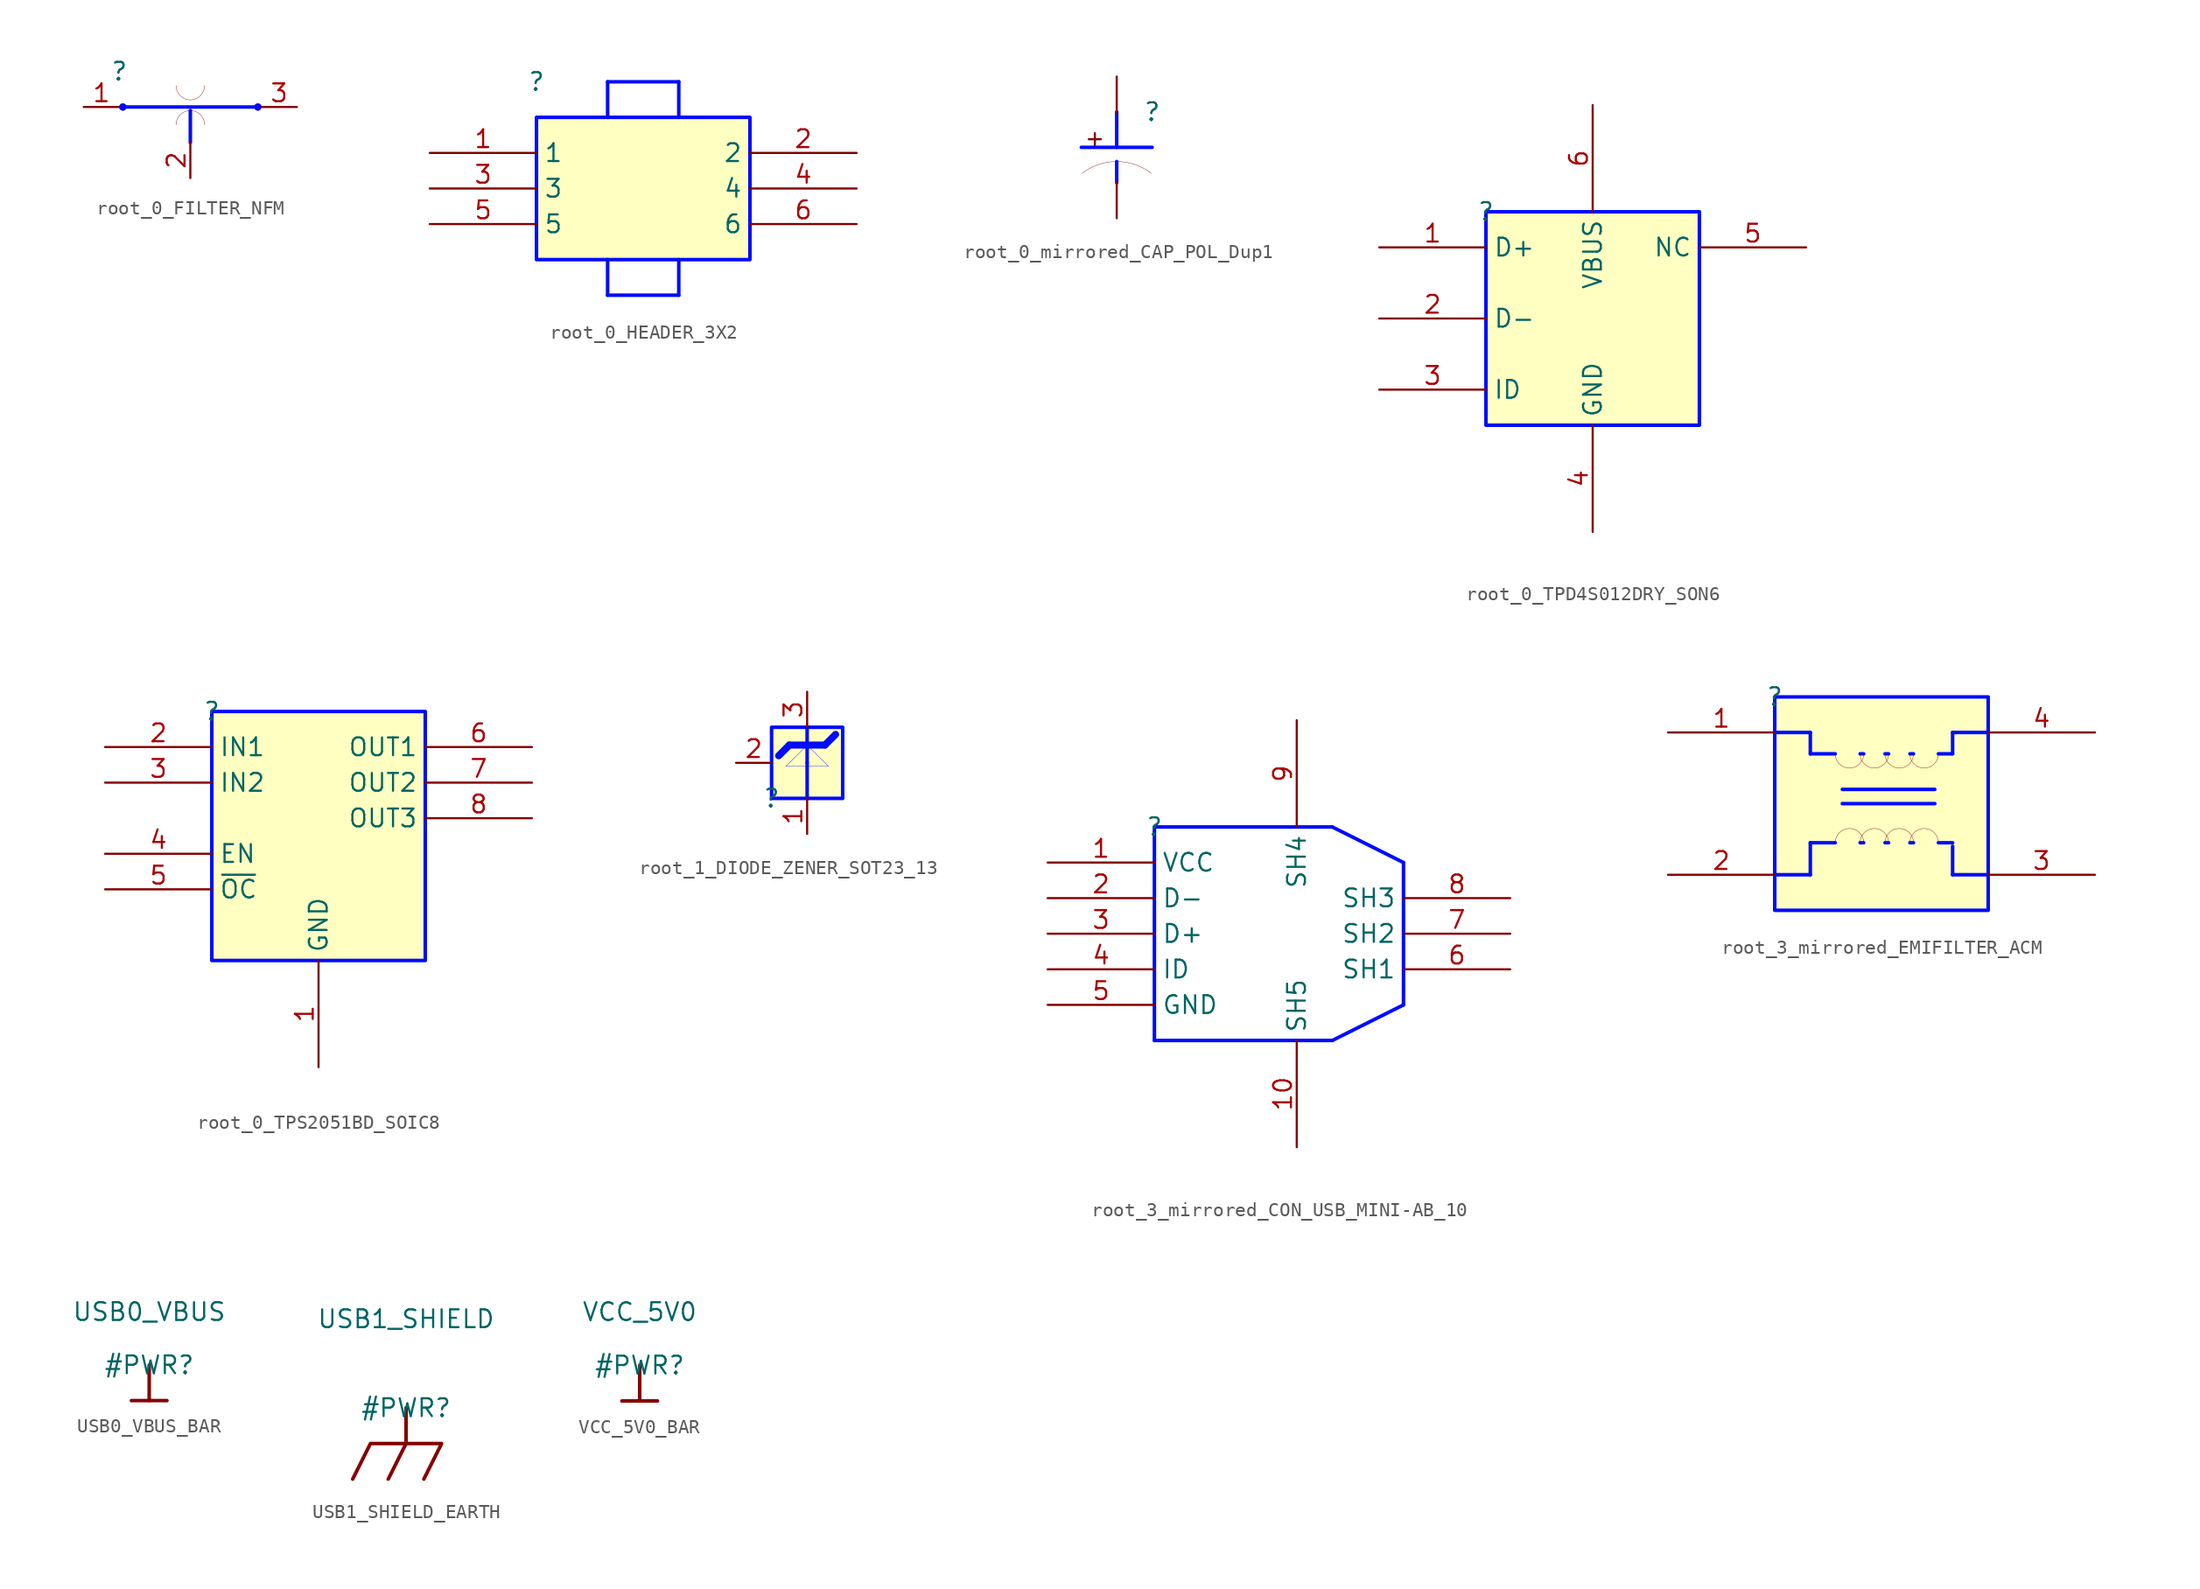
<source format=kicad_sym>
(kicad_symbol_lib
  (version 20231120)
  (generator "kicad_symbol_editor")
  (generator_version "8.0")
  (symbol "root_0_FILTER_NFM"
    (property "Reference" ""
      (at 0 0 0)
      (effects (font (size 1.27 1.27))))
    (property "Value" ""
      (at 0 0 0)
      (effects (font (size 1.27 1.27))))
    (symbol "root_0_FILTER_NFM_1_0"
      (polyline (pts (xy 0.254 -2.54) (xy 9.906 -2.54)) (stroke (width 0.254) (type solid) (color 0 11 255 1)) (fill (type none)))
      (polyline (pts (xy 5.08 -5.08) (xy 5.08 -2.794)) (stroke (width 0.254) (type solid) (color 0 11 255 1)) (fill (type none)))
      (circle (center 0.254 -2.54) (radius 0.254) (stroke (width 0.025) (type solid) (color 0 11 255 1)) (fill (type color) (color 0 0 255 1)))
      (arc (start 4.064 -1.016) (mid 5.08 -2.032) (end 6.096 -1.016) (stroke (width 0.0254) (type solid)) (fill (type none)))
      (arc (start 6.096 -3.81) (mid 5.08 -2.794) (end 4.064 -3.81) (stroke (width 0.0254) (type solid)) (fill (type none)))
      (circle (center 9.906 -2.54) (radius 0.254) (stroke (width 0.025) (type solid) (color 0 11 255 1)) (fill (type color) (color 0 0 255 1)))
      (pin input line (at -2.54 -2.54 0) (length 2.54) (name "INPUT" (effects (font (size 0 0)))) (number "1" (effects (font (size 1.27 1.27)))))
      (pin power_in line (at 5.08 -7.62 90) (length 2.54) (name "GND" (effects (font (size 0 0)))) (number "2" (effects (font (size 1.27 1.27)))))
      (pin passive line (at 12.7 -2.54 180) (length 2.54) (name "OUTPUT" (effects (font (size 0 0)))) (number "3" (effects (font (size 1.27 1.27)))))))
  (symbol "root_0_HEADER_3X2"
    (property "Reference" ""
      (at 0 0 0)
      (effects (font (size 1.27 1.27))))
    (property "Value" ""
      (at 0 0 0)
      (effects (font (size 1.27 1.27))))
    (symbol "root_0_HEADER_3X2_1_0"
      (polyline (pts (xy 5.08 -15.24) (xy 10.16 -15.24)) (stroke (width 0.254) (type solid) (color 0 11 255 1)) (fill (type none)))
      (polyline (pts (xy 5.08 -12.7) (xy 5.08 -15.24)) (stroke (width 0.254) (type solid) (color 0 11 255 1)) (fill (type none)))
      (polyline (pts (xy 5.08 -2.54) (xy 5.08 0)) (stroke (width 0.254) (type solid) (color 0 11 255 1)) (fill (type none)))
      (polyline (pts (xy 5.08 0) (xy 10.16 0)) (stroke (width 0.254) (type solid) (color 0 11 255 1)) (fill (type none)))
      (polyline (pts (xy 10.16 -15.24) (xy 10.16 -12.7)) (stroke (width 0.254) (type solid) (color 0 11 255 1)) (fill (type none)))
      (polyline (pts (xy 10.16 0) (xy 10.16 -2.54)) (stroke (width 0.254) (type solid) (color 0 11 255 1)) (fill (type none)))
      (rectangle (start 15.24 -2.54) (end 0 -12.7) (stroke (width 0.254) (type solid) (color 0 11 255 1)) (fill (type background)))
      (pin passive line (at -7.62 -5.08 0) (length 7.62) (name "1" (effects (font (size 1.27 1.27)))) (number "1" (effects (font (size 1.27 1.27)))))
      (pin passive line (at 22.86 -5.08 180) (length 7.62) (name "2" (effects (font (size 1.27 1.27)))) (number "2" (effects (font (size 1.27 1.27)))))
      (pin passive line (at -7.62 -7.62 0) (length 7.62) (name "3" (effects (font (size 1.27 1.27)))) (number "3" (effects (font (size 1.27 1.27)))))
      (pin passive line (at 22.86 -7.62 180) (length 7.62) (name "4" (effects (font (size 1.27 1.27)))) (number "4" (effects (font (size 1.27 1.27)))))
      (pin passive line (at -7.62 -10.16 0) (length 7.62) (name "5" (effects (font (size 1.27 1.27)))) (number "5" (effects (font (size 1.27 1.27)))))
      (pin passive line (at 22.86 -10.16 180) (length 7.62) (name "6" (effects (font (size 1.27 1.27)))) (number "6" (effects (font (size 1.27 1.27)))))))
  (symbol "root_0_mirrored_CAP_POL_Dup1"
    (property "Reference" ""
      (at 0 0 0)
      (effects (font (size 1.27 1.27))))
    (property "Value" ""
      (at 0 0 0)
      (effects (font (size 1.27 1.27))))
    (symbol "root_0_mirrored_CAP_POL_Dup1_1_0"
      (arc (start -2.54 -3.556) (mid -3.8487 -3.7725) (end -5.0179 -4.3988) (stroke (width 0.0254) (type solid)) (fill (type none)))
      (arc (start -0.0621 -4.3988) (mid -1.2313 -3.7725) (end -2.54 -3.556) (stroke (width 0.0254) (type solid)) (fill (type none)))
      (polyline (pts (xy -2.54 -3.556) (xy -2.54 -5.08)) (stroke (width 0.254) (type solid) (color 0 11 255 1)) (fill (type none)))
      (polyline (pts (xy -2.54 0) (xy -2.54 -2.54)) (stroke (width 0.254) (type solid) (color 0 11 255 1)) (fill (type none)))
      (polyline (pts (xy 0 -2.54) (xy -5.08 -2.54)) (stroke (width 0.254) (type solid) (color 0 11 255 1)) (fill (type none)))
      (text "+" (at -3.302 -2.54 0) (effects (font (size 1.143 1.143)) (justify right bottom)))
      (pin passive line (at -2.54 2.54 270) (length 2.54) (name "1" (effects (font (size 0 0)))) (number "1" (effects (font (size 0 0)))))
      (pin passive line (at -2.54 -7.62 90) (length 2.54) (name "2" (effects (font (size 0 0)))) (number "2" (effects (font (size 0 0)))))))
  (symbol "root_0_TPD4S012DRY_SON6"
    (property "Reference" ""
      (at 0 0 0)
      (effects (font (size 1.27 1.27))))
    (property "Value" ""
      (at 0 0 0)
      (effects (font (size 1.27 1.27))))
    (symbol "root_0_TPD4S012DRY_SON6_1_0"
      (rectangle (start 15.24 0) (end 0 -15.24) (stroke (width 0.254) (type solid) (color 0 11 255 1)) (fill (type background)))
      (pin passive line (at -7.62 -2.54 0) (length 7.62) (name "D+" (effects (font (size 1.27 1.27)))) (number "1" (effects (font (size 1.27 1.27)))))
      (pin passive line (at -7.62 -7.62 0) (length 7.62) (name "D-" (effects (font (size 1.27 1.27)))) (number "2" (effects (font (size 1.27 1.27)))))
      (pin passive line (at -7.62 -12.7 0) (length 7.62) (name "ID" (effects (font (size 1.27 1.27)))) (number "3" (effects (font (size 1.27 1.27)))))
      (pin power_in line (at 7.62 -22.86 90) (length 7.62) (name "GND" (effects (font (size 1.27 1.27)))) (number "4" (effects (font (size 1.27 1.27)))))
      (pin passive line (at 22.86 -2.54 180) (length 7.62) (name "NC" (effects (font (size 1.27 1.27)))) (number "5" (effects (font (size 1.27 1.27)))))
      (pin power_in line (at 7.62 7.62 270) (length 7.62) (name "VBUS" (effects (font (size 1.27 1.27)))) (number "6" (effects (font (size 1.27 1.27)))))))
  (symbol "root_0_TPS2051BD_SOIC8"
    (property "Reference" ""
      (at 0 0 0)
      (effects (font (size 1.27 1.27))))
    (property "Value" ""
      (at 0 0 0)
      (effects (font (size 1.27 1.27))))
    (symbol "root_0_TPS2051BD_SOIC8_1_0"
      (rectangle (start 15.24 0) (end 0 -17.78) (stroke (width 0.254) (type solid) (color 0 11 255 1)) (fill (type background)))
      (pin power_in line (at 7.62 -25.4 90) (length 7.62) (name "GND" (effects (font (size 1.27 1.27)))) (number "1" (effects (font (size 1.27 1.27)))))
      (pin input line (at -7.62 -2.54 0) (length 7.62) (name "IN1" (effects (font (size 1.27 1.27)))) (number "2" (effects (font (size 1.27 1.27)))))
      (pin input line (at -7.62 -5.08 0) (length 7.62) (name "IN2" (effects (font (size 1.27 1.27)))) (number "3" (effects (font (size 1.27 1.27)))))
      (pin passive line (at -7.62 -10.16 0) (length 7.62) (name "EN" (effects (font (size 1.27 1.27)))) (number "4" (effects (font (size 1.27 1.27)))))
      (pin passive line (at -7.62 -12.7 0) (length 7.62) (name "~{OC}" (effects (font (size 1.27 1.27)))) (number "5" (effects (font (size 1.27 1.27)))))
      (pin output line (at 22.86 -2.54 180) (length 7.62) (name "OUT1" (effects (font (size 1.27 1.27)))) (number "6" (effects (font (size 1.27 1.27)))))
      (pin output line (at 22.86 -5.08 180) (length 7.62) (name "OUT2" (effects (font (size 1.27 1.27)))) (number "7" (effects (font (size 1.27 1.27)))))
      (pin output line (at 22.86 -7.62 180) (length 7.62) (name "OUT3" (effects (font (size 1.27 1.27)))) (number "8" (effects (font (size 1.27 1.27)))))))
  (symbol "root_1_DIODE_ZENER_SOT23_13"
    (property "Reference" ""
      (at 0 0 0)
      (effects (font (size 1.27 1.27))))
    (property "Value" ""
      (at 0 0 0)
      (effects (font (size 1.27 1.27))))
    (symbol "root_1_DIODE_ZENER_SOT23_13_1_0"
      (polyline (pts (xy 2.54 0) (xy 2.54 2.54)) (stroke (width 0.254) (type solid) (color 0 11 255 1)) (fill (type none)))
      (polyline (pts (xy 2.54 2.54) (xy 2.54 5.08)) (stroke (width 0.254) (type solid) (color 0 11 255 1)) (fill (type none)))
      (polyline (pts (xy 0.508 3.048) (xy 0.508 3.048) (xy 1.27 3.81)) (stroke (width 0.508) (type solid) (color 0 11 255 1)) (fill (type none)))
      (polyline (pts (xy 1.27 3.81) (xy 1.27 3.81) (xy 3.81 3.81)) (stroke (width 0.508) (type solid) (color 0 11 255 1)) (fill (type none)))
      (polyline (pts (xy 3.81 3.81) (xy 3.81 3.81) (xy 4.572 4.572)) (stroke (width 0.508) (type solid) (color 0 11 255 1)) (fill (type none)))
      (polyline (pts (xy 2.54 3.81) (xy 2.54 3.81) (xy 1.016 2.286) (xy 3.81 2.286) (xy 4.064 2.286) (xy 2.54 3.81) (xy 2.54 3.81)) (stroke (width 0.025) (type solid) (color 0 11 255 1)) (fill (type color) (color 0 0 255 1)))
      (rectangle (start 5.08 5.08) (end 0 0) (stroke (width 0.254) (type solid) (color 0 11 255 1)) (fill (type background)))
      (pin passive line (at 2.54 -2.54 90) (length 2.54) (name "A" (effects (font (size 0 0)))) (number "1" (effects (font (size 1.27 1.27)))))
      (pin passive line (at -2.54 2.54 0) (length 2.54) (name "NC" (effects (font (size 0 0)))) (number "2" (effects (font (size 1.27 1.27)))))
      (pin passive line (at 2.54 7.62 270) (length 2.54) (name "C" (effects (font (size 0 0)))) (number "3" (effects (font (size 1.27 1.27)))))))
  (symbol "root_3_mirrored_CON_USB_MINI-AB_10"
    (property "Reference" ""
      (at 0 0 0)
      (effects (font (size 1.27 1.27))))
    (property "Value" ""
      (at 0 0 0)
      (effects (font (size 1.27 1.27))))
    (symbol "root_3_mirrored_CON_USB_MINI-AB_10_1_0"
      (polyline (pts (xy 0 -15.24) (xy 0 0)) (stroke (width 0.254) (type solid) (color 0 11 255 1)) (fill (type none)))
      (polyline (pts (xy 12.7 -15.24) (xy 0 -15.24)) (stroke (width 0.254) (type solid) (color 0 11 255 1)) (fill (type none)))
      (polyline (pts (xy 12.7 -15.24) (xy 17.78 -12.7)) (stroke (width 0.254) (type solid) (color 0 11 255 1)) (fill (type none)))
      (polyline (pts (xy 12.7 0) (xy 0 0)) (stroke (width 0.254) (type solid) (color 0 11 255 1)) (fill (type none)))
      (polyline (pts (xy 17.78 -2.54) (xy 12.7 0)) (stroke (width 0.254) (type solid) (color 0 11 255 1)) (fill (type none)))
      (polyline (pts (xy 17.78 -2.54) (xy 17.78 -12.7)) (stroke (width 0.254) (type solid) (color 0 11 255 1)) (fill (type none)))
      (pin power_in line (at -7.62 -2.54 0) (length 7.62) (name "VCC" (effects (font (size 1.27 1.27)))) (number "1" (effects (font (size 1.27 1.27)))))
      (pin power_in line (at 10.16 -22.86 90) (length 7.62) (name "SH5" (effects (font (size 1.27 1.27)))) (number "10" (effects (font (size 1.27 1.27)))))
      (pin bidirectional line (at -7.62 -5.08 0) (length 7.62) (name "D-" (effects (font (size 1.27 1.27)))) (number "2" (effects (font (size 1.27 1.27)))))
      (pin bidirectional line (at -7.62 -7.62 0) (length 7.62) (name "D+" (effects (font (size 1.27 1.27)))) (number "3" (effects (font (size 1.27 1.27)))))
      (pin passive line (at -7.62 -10.16 0) (length 7.62) (name "ID" (effects (font (size 1.27 1.27)))) (number "4" (effects (font (size 1.27 1.27)))))
      (pin power_in line (at -7.62 -12.7 0) (length 7.62) (name "GND" (effects (font (size 1.27 1.27)))) (number "5" (effects (font (size 1.27 1.27)))))
      (pin power_in line (at 25.4 -10.16 180) (length 7.62) (name "SH1" (effects (font (size 1.27 1.27)))) (number "6" (effects (font (size 1.27 1.27)))))
      (pin power_in line (at 25.4 -7.62 180) (length 7.62) (name "SH2" (effects (font (size 1.27 1.27)))) (number "7" (effects (font (size 1.27 1.27)))))
      (pin power_in line (at 25.4 -5.08 180) (length 7.62) (name "SH3" (effects (font (size 1.27 1.27)))) (number "8" (effects (font (size 1.27 1.27)))))
      (pin power_in line (at 10.16 7.62 270) (length 7.62) (name "SH4" (effects (font (size 1.27 1.27)))) (number "9" (effects (font (size 1.27 1.27)))))))
  (symbol "root_3_mirrored_EMIFILTER_ACM"
    (property "Reference" ""
      (at 0 0 0)
      (effects (font (size 1.27 1.27))))
    (property "Value" ""
      (at 0 0 0)
      (effects (font (size 1.27 1.27))))
    (symbol "root_3_mirrored_EMIFILTER_ACM_1_0"
      (polyline (pts (xy 0 -12.7) (xy 2.54 -12.7)) (stroke (width 0.254) (type solid) (color 0 11 255 1)) (fill (type none)))
      (polyline (pts (xy 0 -2.54) (xy 2.54 -2.54)) (stroke (width 0.254) (type solid) (color 0 11 255 1)) (fill (type none)))
      (polyline (pts (xy 2.54 -12.7) (xy 2.54 -10.414)) (stroke (width 0.254) (type solid) (color 0 11 255 1)) (fill (type none)))
      (polyline (pts (xy 2.54 -4.064) (xy 2.54 -2.54)) (stroke (width 0.254) (type solid) (color 0 11 255 1)) (fill (type none)))
      (polyline (pts (xy 2.54 -4.064) (xy 4.318 -4.064)) (stroke (width 0.254) (type solid) (color 0 11 255 1)) (fill (type none)))
      (polyline (pts (xy 4.318 -10.414) (xy 2.54 -10.414)) (stroke (width 0.254) (type solid) (color 0 11 255 1)) (fill (type none)))
      (polyline (pts (xy 4.826 -7.62) (xy 11.43 -7.62)) (stroke (width 0.254) (type solid) (color 0 11 255 1)) (fill (type none)))
      (polyline (pts (xy 4.826 -6.604) (xy 11.43 -6.604)) (stroke (width 0.254) (type solid) (color 0 11 255 1)) (fill (type none)))
      (polyline (pts (xy 6.096 -10.414) (xy 6.35 -10.414)) (stroke (width 0.254) (type solid) (color 0 11 255 1)) (fill (type none)))
      (polyline (pts (xy 6.35 -4.064) (xy 6.096 -4.064)) (stroke (width 0.254) (type solid) (color 0 11 255 1)) (fill (type none)))
      (polyline (pts (xy 7.874 -10.414) (xy 8.128 -10.414)) (stroke (width 0.254) (type solid) (color 0 11 255 1)) (fill (type none)))
      (polyline (pts (xy 8.128 -4.064) (xy 7.874 -4.064)) (stroke (width 0.254) (type solid) (color 0 11 255 1)) (fill (type none)))
      (polyline (pts (xy 9.652 -10.414) (xy 9.906 -10.414)) (stroke (width 0.254) (type solid) (color 0 11 255 1)) (fill (type none)))
      (polyline (pts (xy 9.906 -4.064) (xy 9.652 -4.064)) (stroke (width 0.254) (type solid) (color 0 11 255 1)) (fill (type none)))
      (polyline (pts (xy 11.684 -10.414) (xy 12.7 -10.414)) (stroke (width 0.254) (type solid) (color 0 11 255 1)) (fill (type none)))
      (polyline (pts (xy 12.7 -12.7) (xy 12.7 -10.668)) (stroke (width 0.254) (type solid) (color 0 11 255 1)) (fill (type none)))
      (polyline (pts (xy 12.7 -12.7) (xy 15.24 -12.7)) (stroke (width 0.254) (type solid) (color 0 11 255 1)) (fill (type none)))
      (polyline (pts (xy 12.7 -4.064) (xy 11.684 -4.064)) (stroke (width 0.254) (type solid) (color 0 11 255 1)) (fill (type none)))
      (polyline (pts (xy 12.7 -2.54) (xy 12.7 -4.064)) (stroke (width 0.254) (type solid) (color 0 11 255 1)) (fill (type none)))
      (polyline (pts (xy 15.24 -2.54) (xy 12.7 -2.54)) (stroke (width 0.254) (type solid) (color 0 11 255 1)) (fill (type none)))
      (arc (start 4.318 -4.064) (mid 5.334 -5.08) (end 6.35 -4.064) (stroke (width 0.0254) (type solid)) (fill (type none)))
      (arc (start 6.096 -4.064) (mid 7.112 -5.08) (end 8.128 -4.064) (stroke (width 0.0254) (type solid)) (fill (type none)))
      (arc (start 6.35 -10.414) (mid 5.334 -9.398) (end 4.318 -10.414) (stroke (width 0.0254) (type solid)) (fill (type none)))
      (arc (start 7.874 -4.064) (mid 8.89 -5.08) (end 9.906 -4.064) (stroke (width 0.0254) (type solid)) (fill (type none)))
      (arc (start 8.128 -10.414) (mid 7.112 -9.398) (end 6.096 -10.414) (stroke (width 0.0254) (type solid)) (fill (type none)))
      (arc (start 9.652 -4.064) (mid 10.668 -5.08) (end 11.684 -4.064) (stroke (width 0.0254) (type solid)) (fill (type none)))
      (arc (start 9.906 -10.414) (mid 8.89 -9.398) (end 7.874 -10.414) (stroke (width 0.0254) (type solid)) (fill (type none)))
      (arc (start 11.684 -10.414) (mid 10.668 -9.398) (end 9.652 -10.414) (stroke (width 0.0254) (type solid)) (fill (type none)))
      (rectangle (start 15.24 0) (end 0 -15.24) (stroke (width 0.254) (type solid) (color 0 11 255 1)) (fill (type background)))
      (pin passive line (at -7.62 -2.54 0) (length 7.62) (name "1" (effects (font (size 0 0)))) (number "1" (effects (font (size 1.27 1.27)))))
      (pin passive line (at -7.62 -12.7 0) (length 7.62) (name "2" (effects (font (size 0 0)))) (number "2" (effects (font (size 1.27 1.27)))))
      (pin passive line (at 22.86 -12.7 180) (length 7.62) (name "3" (effects (font (size 0 0)))) (number "3" (effects (font (size 1.27 1.27)))))
      (pin passive line (at 22.86 -2.54 180) (length 7.62) (name "4" (effects (font (size 0 0)))) (number "4" (effects (font (size 1.27 1.27)))))))
  (symbol "USB0_VBUS_BAR"
    (power)
    (property "Reference" "#PWR"
      (at 0 0 0)
      (effects (font (size 1.27 1.27))))
    (property "Value" "USB0_VBUS"
      (at 0 3.81 0)
      (effects (font (size 1.27 1.27))))
    (symbol "USB0_VBUS_BAR_0_0"
      (polyline (pts (xy -1.27 -2.54) (xy 1.27 -2.54)) (stroke (width 0.254) (type solid)) (fill (type none)))
      (polyline (pts (xy 0 0) (xy 0 -2.54)) (stroke (width 0.254) (type solid)) (fill (type none)))
      (pin power_in line (at 0 0 0) (length 0) hide (name "USB0_VBUS" (effects (font (size 1.27 1.27)))) (number "" (effects (font (size 1.27 1.27)))))))
  (symbol "USB1_SHIELD_EARTH"
    (power)
    (property "Reference" "#PWR"
      (at 0 0 0)
      (effects (font (size 1.27 1.27))))
    (property "Value" "USB1_SHIELD"
      (at 0 6.35 0)
      (effects (font (size 1.27 1.27))))
    (symbol "USB1_SHIELD_EARTH_0_0"
      (polyline (pts (xy 0 -2.54) (xy -1.27 -5.08)) (stroke (width 0.254) (type solid)) (fill (type none)))
      (polyline (pts (xy 0 0) (xy 0 -2.54)) (stroke (width 0.254) (type solid)) (fill (type none)))
      (polyline (pts (xy -3.81 -5.08) (xy -2.54 -2.54) (xy 2.54 -2.54) (xy 1.27 -5.08)) (stroke (width 0.254) (type solid)) (fill (type none)))
      (pin power_in line (at 0 0 0) (length 0) hide (name "USB1_SHIELD" (effects (font (size 1.27 1.27)))) (number "" (effects (font (size 1.27 1.27)))))))
  (symbol "VCC_5V0_BAR"
    (power)
    (property "Reference" "#PWR"
      (at 0 0 0)
      (effects (font (size 1.27 1.27))))
    (property "Value" "VCC_5V0"
      (at 0 3.81 0)
      (effects (font (size 1.27 1.27))))
    (symbol "VCC_5V0_BAR_0_0"
      (polyline (pts (xy -1.27 -2.54) (xy 1.27 -2.54)) (stroke (width 0.254) (type solid)) (fill (type none)))
      (polyline (pts (xy 0 0) (xy 0 -2.54)) (stroke (width 0.254) (type solid)) (fill (type none)))
      (pin power_in line (at 0 0 0) (length 0) hide (name "VCC_5V0" (effects (font (size 1.27 1.27)))) (number "" (effects (font (size 1.27 1.27))))))))
</source>
